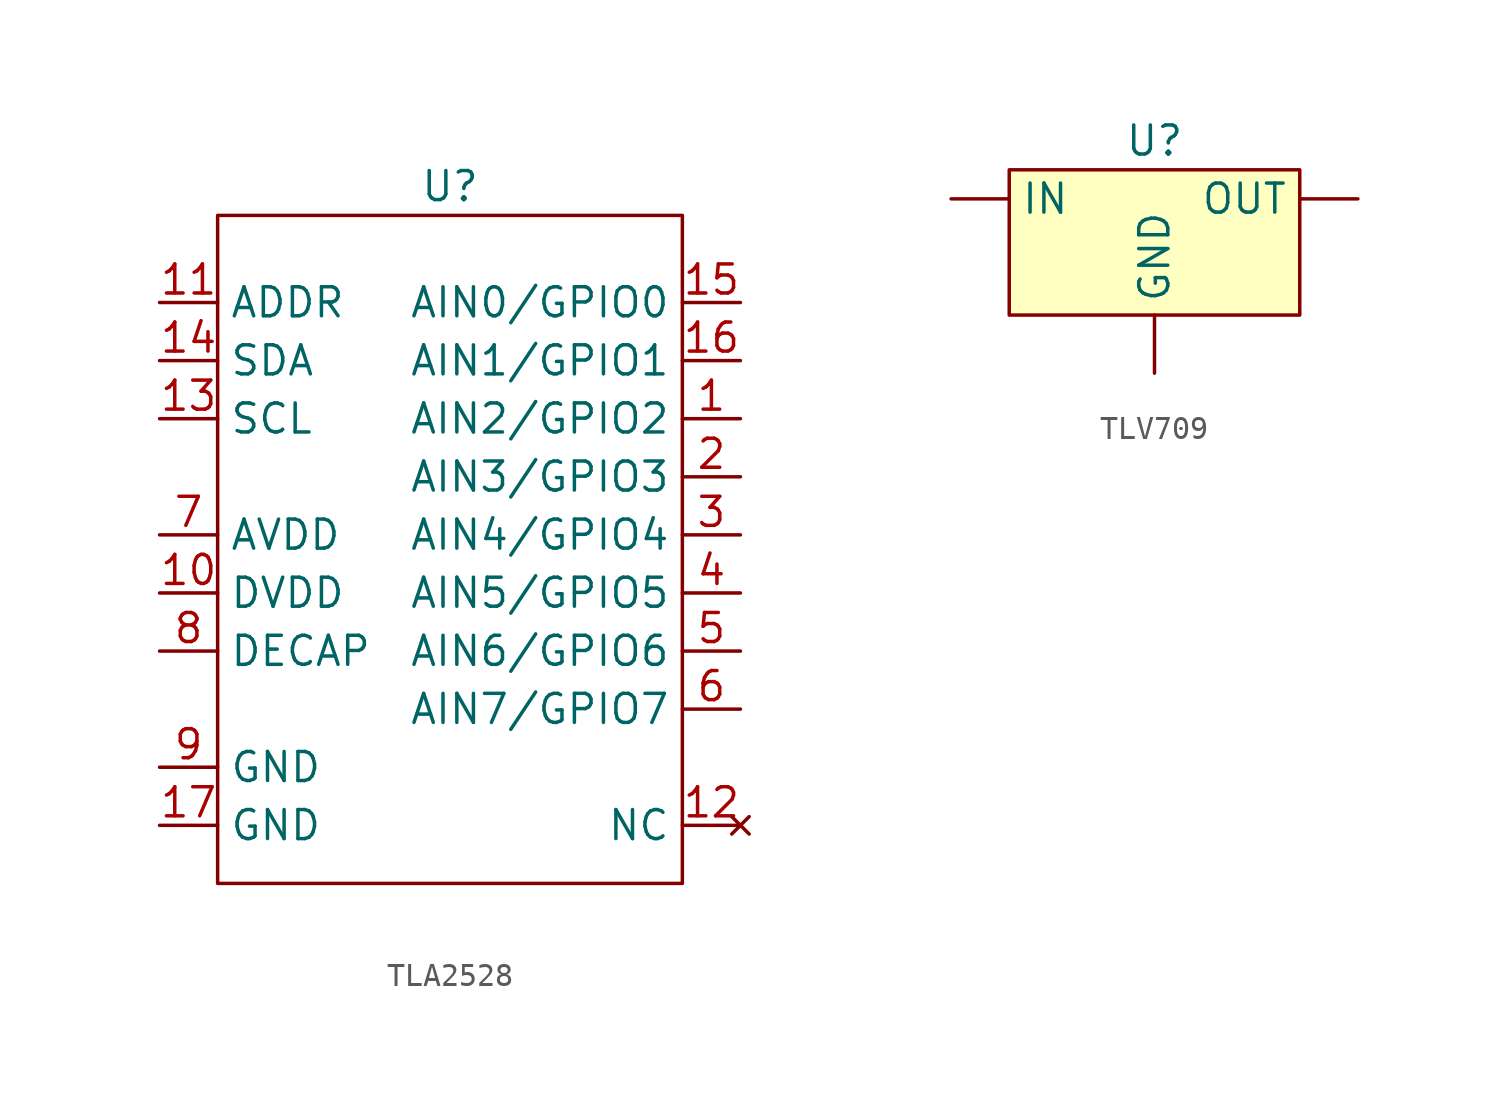
<source format=kicad_sym>
(kicad_symbol_lib
  (version 20220914)
  (generator kicad_symbol_editor)
  (symbol "TLA2528"
    (property "Reference" "U"
      (at 0 0 0)
      (effects (font (size 1.27 1.27))))
    (property "Value" ""
      (at 0 0 0)
      (effects (font (size 1.27 1.27))))
    (symbol "TLA2528_0_1"
      (rectangle (start -10.16 -1.27) (end 10.16 -30.48) (stroke (width 0) (type default)) (fill (type none))))
    (symbol "TLA2528_1_1"
      (pin bidirectional line (at 12.7 -10.16 180) (length 2.54) (name "AIN2/GPIO2" (effects (font (size 1.27 1.27)))) (number "1" (effects (font (size 1.27 1.27)))))
      (pin power_in line (at -12.7 -17.78 0) (length 2.54) (name "DVDD" (effects (font (size 1.27 1.27)))) (number "10" (effects (font (size 1.27 1.27)))))
      (pin input line (at -12.7 -5.08 0) (length 2.54) (name "ADDR" (effects (font (size 1.27 1.27)))) (number "11" (effects (font (size 1.27 1.27)))))
      (pin no_connect line (at 12.7 -27.94 180) (length 2.54) (name "NC" (effects (font (size 1.27 1.27)))) (number "12" (effects (font (size 1.27 1.27)))))
      (pin bidirectional line (at -12.7 -10.16 0) (length 2.54) (name "SCL" (effects (font (size 1.27 1.27)))) (number "13" (effects (font (size 1.27 1.27)))))
      (pin bidirectional line (at -12.7 -7.62 0) (length 2.54) (name "SDA" (effects (font (size 1.27 1.27)))) (number "14" (effects (font (size 1.27 1.27)))))
      (pin bidirectional line (at 12.7 -5.08 180) (length 2.54) (name "AIN0/GPIO0" (effects (font (size 1.27 1.27)))) (number "15" (effects (font (size 1.27 1.27)))))
      (pin bidirectional line (at 12.7 -7.62 180) (length 2.54) (name "AIN1/GPIO1" (effects (font (size 1.27 1.27)))) (number "16" (effects (font (size 1.27 1.27)))))
      (pin power_in line (at -12.7 -27.94 0) (length 2.54) (name "GND" (effects (font (size 1.27 1.27)))) (number "17" (effects (font (size 1.27 1.27)))))
      (pin bidirectional line (at 12.7 -12.7 180) (length 2.54) (name "AIN3/GPIO3" (effects (font (size 1.27 1.27)))) (number "2" (effects (font (size 1.27 1.27)))))
      (pin bidirectional line (at 12.7 -15.24 180) (length 2.54) (name "AIN4/GPIO4" (effects (font (size 1.27 1.27)))) (number "3" (effects (font (size 1.27 1.27)))))
      (pin bidirectional line (at 12.7 -17.78 180) (length 2.54) (name "AIN5/GPIO5" (effects (font (size 1.27 1.27)))) (number "4" (effects (font (size 1.27 1.27)))))
      (pin bidirectional line (at 12.7 -20.32 180) (length 2.54) (name "AIN6/GPIO6" (effects (font (size 1.27 1.27)))) (number "5" (effects (font (size 1.27 1.27)))))
      (pin bidirectional line (at 12.7 -22.86 180) (length 2.54) (name "AIN7/GPIO7" (effects (font (size 1.27 1.27)))) (number "6" (effects (font (size 1.27 1.27)))))
      (pin power_in line (at -12.7 -15.24 0) (length 2.54) (name "AVDD" (effects (font (size 1.27 1.27)))) (number "7" (effects (font (size 1.27 1.27)))))
      (pin unspecified line (at -12.7 -20.32 0) (length 2.54) (name "DECAP" (effects (font (size 1.27 1.27)))) (number "8" (effects (font (size 1.27 1.27)))))
      (pin power_in line (at -12.7 -25.4 0) (length 2.54) (name "GND" (effects (font (size 1.27 1.27)))) (number "9" (effects (font (size 1.27 1.27)))))))
  (symbol "TLV709"
    (property "Reference" "U"
      (at 0 0 0)
      (effects (font (size 1.27 1.27))))
    (property "Value" ""
      (at 0 0 0)
      (effects (font (size 1.27 1.27))))
    (symbol "TLV709_1_1"
      (rectangle (start -6.35 -1.27) (end 6.35 -7.62) (stroke (width 0) (type default)) (fill (type background)))
      (pin power_out line (at 0 -10.16 90) (length 2.54) (name "GND" (effects (font (size 1.27 1.27)))) (number "" (effects (font (size 1.27 1.27)))))
      (pin input line (at -8.89 -2.54 0) (length 2.54) (name "IN" (effects (font (size 1.27 1.27)))) (number "" (effects (font (size 1.27 1.27)))))
      (pin output line (at 8.89 -2.54 180) (length 2.54) (name "OUT" (effects (font (size 1.27 1.27)))) (number "" (effects (font (size 1.27 1.27))))))))
</source>
